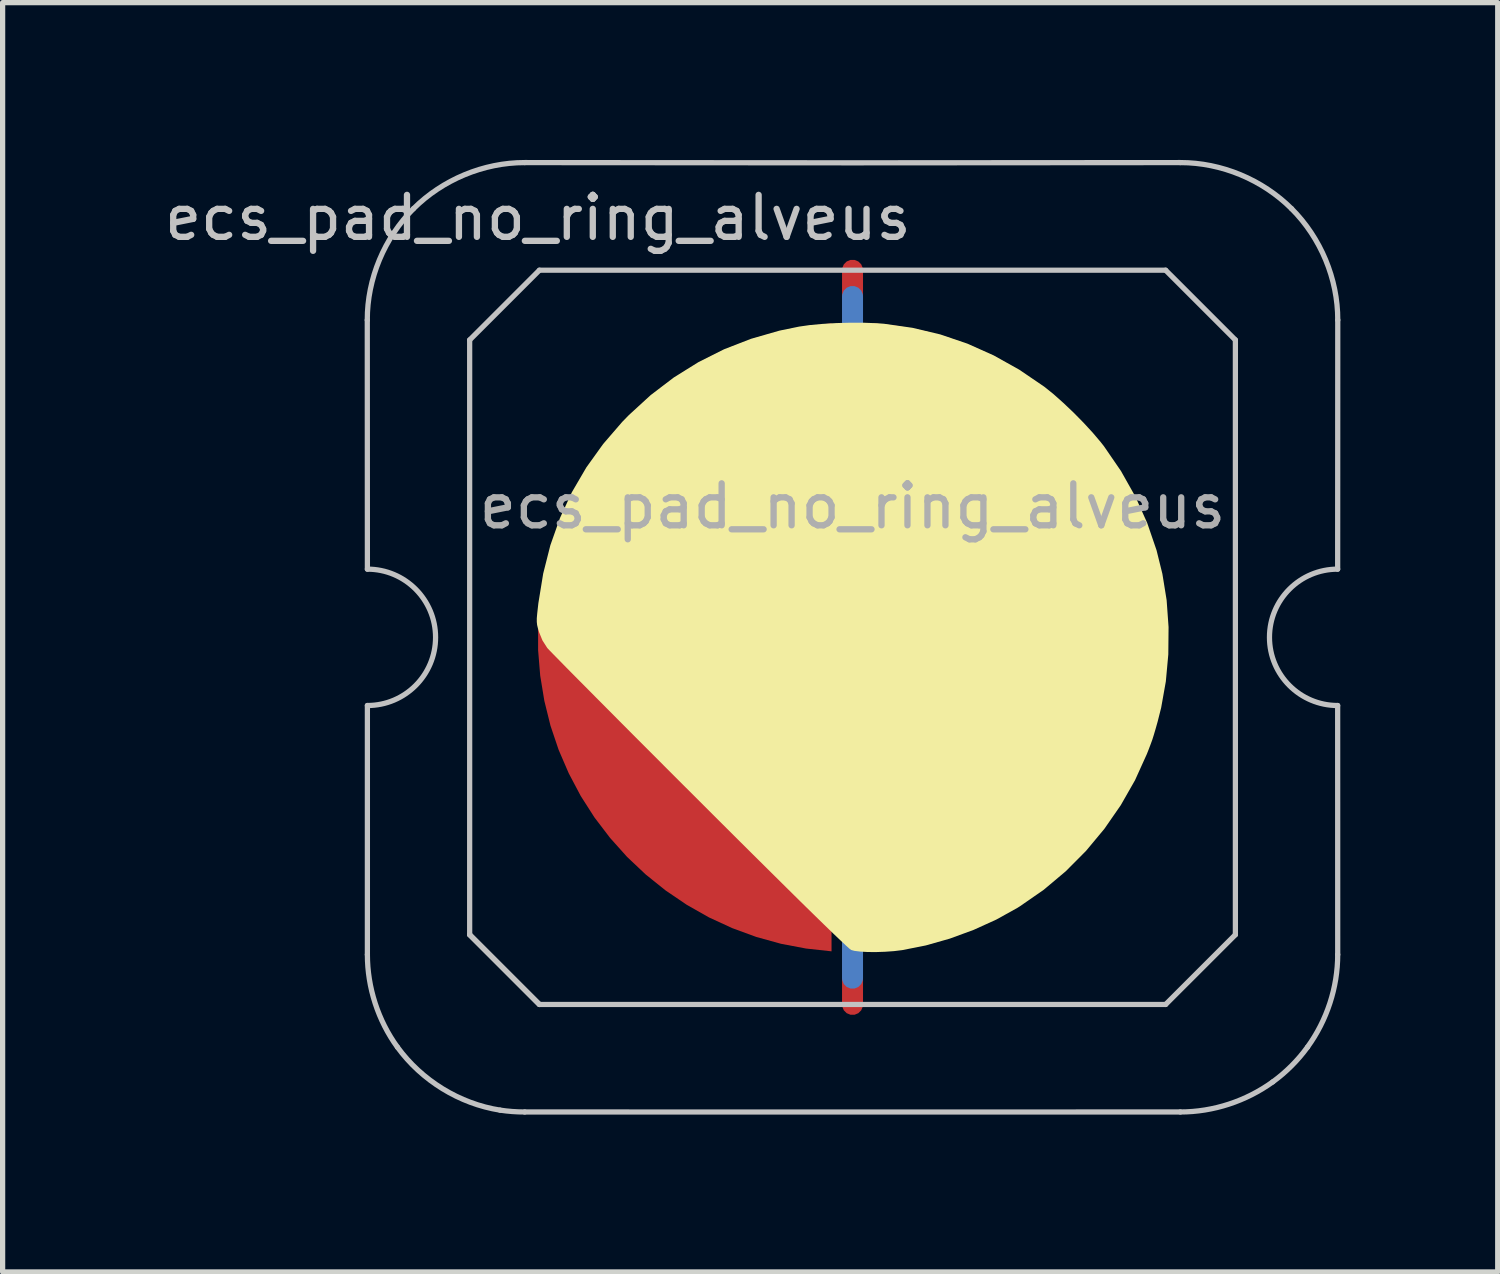
<source format=kicad_pcb>
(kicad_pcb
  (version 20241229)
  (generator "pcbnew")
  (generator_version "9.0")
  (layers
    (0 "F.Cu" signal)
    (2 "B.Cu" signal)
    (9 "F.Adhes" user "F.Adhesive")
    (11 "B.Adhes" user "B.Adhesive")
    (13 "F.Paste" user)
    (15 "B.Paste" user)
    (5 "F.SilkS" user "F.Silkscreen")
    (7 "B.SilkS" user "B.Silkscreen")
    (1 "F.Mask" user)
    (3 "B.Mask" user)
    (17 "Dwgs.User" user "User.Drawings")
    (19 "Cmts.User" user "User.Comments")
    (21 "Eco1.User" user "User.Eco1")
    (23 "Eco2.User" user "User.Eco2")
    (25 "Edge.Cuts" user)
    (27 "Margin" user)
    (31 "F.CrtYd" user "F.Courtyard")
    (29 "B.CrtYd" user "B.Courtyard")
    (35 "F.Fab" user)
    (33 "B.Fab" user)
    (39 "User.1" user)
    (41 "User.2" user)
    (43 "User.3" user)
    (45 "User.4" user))
  (footprint "ecs_pad_no_ring_alveus"
    (layer "F.Cu")
    (at 13.205 9.102)
    (property "Reference" "ecs_pad_no_ring_alveus" (at -6 -8 0) (layer "Dwgs.User") (effects (font (size 0.8 0.8) (thickness 0.12))))
    (attr smd)
    (fp_poly (pts (xy 0.226 -5.998) (xy 0.47 -5.989) (xy 0.6 -5.979) (xy 1.141 -5.902) (xy 1.672 -5.776) (xy 2.19 -5.6) (xy 2.693 -5.375) (xy 3.181 -5.102) (xy 3.653 -4.781) (xy 3.67 -4.768) (xy 3.836 -4.634) (xy 4.021 -4.469) (xy 4.215 -4.285) (xy 4.405 -4.092) (xy 4.581 -3.901) (xy 4.731 -3.724) (xy 4.794 -3.644) (xy 5.118 -3.172) (xy 5.393 -2.684) (xy 5.619 -2.18) (xy 5.797 -1.66) (xy 5.908 -1.211) (xy 5.989 -0.71) (xy 6.026 -0.195) (xy 6.021 0.326) (xy 5.974 0.841) (xy 5.885 1.341) (xy 5.817 1.61) (xy 5.777 1.752) (xy 5.745 1.86) (xy 5.717 1.949) (xy 5.686 2.034) (xy 5.649 2.132) (xy 5.611 2.228) (xy 5.386 2.725) (xy 5.115 3.2) (xy 4.803 3.65) (xy 4.452 4.072) (xy 4.065 4.461) (xy 3.645 4.814) (xy 3.195 5.126) (xy 3.143 5.159) (xy 2.741 5.382) (xy 2.307 5.579) (xy 1.854 5.745) (xy 1.396 5.875) (xy 0.947 5.964) (xy 0.791 5.983) (xy 0.622 5.995) (xy 0.451 6.001) (xy 0.289 6) (xy 0.147 5.992) (xy 0.036 5.978) (xy -0.026 5.961) (xy -0.058 5.937) (xy -0.125 5.877) (xy -0.228 5.78) (xy -0.366 5.649) (xy -0.538 5.482) (xy -0.744 5.281) (xy -0.983 5.047) (xy -1.255 4.778) (xy -1.559 4.477) (xy -1.896 4.143) (xy -2.264 3.777) (xy -2.663 3.379) (xy -2.92 3.122) (xy -3.239 2.804) (xy -3.549 2.494) (xy -3.847 2.195) (xy -4.133 1.909) (xy -4.404 1.637) (xy -4.657 1.382) (xy -4.891 1.147) (xy -5.104 0.932) (xy -5.294 0.741) (xy -5.458 0.575) (xy -5.594 0.436) (xy -5.701 0.327) (xy -5.777 0.249) (xy -5.818 0.205) (xy -5.824 0.197) (xy -5.912 0.059) (xy -5.979 -0.105) (xy -5.979 -0.106) (xy -6 -0.177) (xy -6.014 -0.236) (xy -6.02 -0.294) (xy -6.02 -0.363) (xy -6.012 -0.454) (xy -5.998 -0.579) (xy -5.99 -0.651) (xy -5.898 -1.216) (xy -5.761 -1.757) (xy -5.578 -2.275) (xy -5.35 -2.769) (xy -5.075 -3.24) (xy -4.755 -3.686) (xy -4.39 -4.109) (xy -4.264 -4.238) (xy -3.848 -4.619) (xy -3.407 -4.955) (xy -2.94 -5.246) (xy -2.45 -5.492) (xy -1.935 -5.692) (xy -1.396 -5.847) (xy -1.018 -5.925) (xy -0.814 -5.954) (xy -0.573 -5.976) (xy -0.31 -5.992) (xy -0.039 -5.999)) (stroke (width 0) (type solid)) (fill yes) (layer "F.SilkS"))
    (fp_line (start -9.252 -6.05) (end -9.25 -1.3) (stroke (width 0.1) (type solid)) (layer "Dwgs.User"))
    (fp_line (start -9.25 1.3) (end -9.25 6.049) (stroke (width 0.1) (type solid)) (layer "Dwgs.User"))
    (fp_line (start -7.3 -5.67) (end -5.97 -7) (stroke (width 0.1) (type solid)) (layer "Dwgs.User"))
    (fp_line (start -7.3 5.67) (end -7.3 -5.67) (stroke (width 0.1) (type solid)) (layer "Dwgs.User"))
    (fp_line (start -7.3 5.67) (end -5.97 7) (stroke (width 0.1) (type solid)) (layer "Dwgs.User"))
    (fp_line (start -5.97 -7) (end 5.97 -7) (stroke (width 0.1) (type solid)) (layer "Dwgs.User"))
    (fp_line (start -5.97 7) (end -7.3 5.67) (stroke (width 0.1) (type solid)) (layer "Dwgs.User"))
    (fp_line (start 5.97 -7) (end 7.3 -5.67) (stroke (width 0.1) (type solid)) (layer "Dwgs.User"))
    (fp_line (start 5.97 7) (end -5.97 7) (stroke (width 0.1) (type solid)) (layer "Dwgs.User"))
    (fp_line (start 7.3 -5.67) (end 7.3 5.67) (stroke (width 0.1) (type solid)) (layer "Dwgs.User"))
    (fp_line (start 7.3 5.67) (end 5.97 7) (stroke (width 0.1) (type solid)) (layer "Dwgs.User"))
    (fp_line (start 9.25 1.3) (end 9.251 6.049) (stroke (width 0.1) (type solid)) (layer "Dwgs.User"))
    (fp_line (start 9.252 -6.05) (end 9.25 -1.3) (stroke (width 0.1) (type solid)) (layer "Dwgs.User"))
    (fp_arc (start -9.25 -1.3) (mid -7.95 0) (end -9.25 1.3) (stroke (width 0.1) (type solid)) (layer "Dwgs.User"))
    (fp_arc (start 9.25 1.3) (mid 7.95 0) (end 9.25 -1.3) (stroke (width 0.1) (type solid)) (layer "Dwgs.User"))
    (fp_curve (pts (xy -9.25 6.049) (xy -9.25 6.677) (xy -9.046 7.307) (xy -8.677 7.814)) (stroke (width 0.1) (type solid)) (layer "Dwgs.User"))
    (fp_curve (pts (xy -8.677 7.814) (xy -8.215 8.449) (xy -7.496 8.893) (xy -6.72 9.015)) (stroke (width 0.1) (type solid)) (layer "Dwgs.User"))
    (fp_curve (pts (xy -8.372 -8.172) (xy -8.926 -7.618) (xy -9.254 -6.836) (xy -9.252 -6.05)) (stroke (width 0.1) (type solid)) (layer "Dwgs.User"))
    (fp_curve (pts (xy -6.72 9.015) (xy -6.564 9.039) (xy -6.407 9.05) (xy -6.25 9.05)) (stroke (width 0.1) (type solid)) (layer "Dwgs.User"))
    (fp_curve (pts (xy -6.25 9.05) (xy -2.118 9.052) (xy 2.117 9.05) (xy 6.25 9.05)) (stroke (width 0.1) (type solid)) (layer "Dwgs.User"))
    (fp_curve (pts (xy -6.25 -9.052) (xy -7.035 -9.053) (xy -7.817 -8.726) (xy -8.372 -8.172)) (stroke (width 0.1) (type solid)) (layer "Dwgs.User"))
    (fp_curve (pts (xy 6.25 -9.052) (xy 2.116 -9.046) (xy -2.116 -9.046) (xy -6.25 -9.052)) (stroke (width 0.1) (type solid)) (layer "Dwgs.User"))
    (fp_curve (pts (xy 6.25 9.05) (xy 6.878 9.05) (xy 7.504 8.844) (xy 8.013 8.476)) (stroke (width 0.1) (type solid)) (layer "Dwgs.User"))
    (fp_curve (pts (xy 8.013 8.476) (xy 8.267 8.291) (xy 8.492 8.066) (xy 8.676 7.812)) (stroke (width 0.1) (type solid)) (layer "Dwgs.User"))
    (fp_curve (pts (xy 8.372 -8.172) (xy 7.817 -8.726) (xy 7.035 -9.053) (xy 6.25 -9.052)) (stroke (width 0.1) (type solid)) (layer "Dwgs.User"))
    (fp_curve (pts (xy 8.676 7.812) (xy 9.045 7.303) (xy 9.251 6.678) (xy 9.251 6.049)) (stroke (width 0.1) (type solid)) (layer "Dwgs.User"))
    (fp_curve (pts (xy 9.252 -6.05) (xy 9.254 -6.836) (xy 8.926 -7.618) (xy 8.372 -8.172)) (stroke (width 0.1) (type solid)) (layer "Dwgs.User"))
    (fp_text user "${REFERENCE}" (at 0 -2.5 0) (layer "F.Fab") (effects (font (size 0.8 0.8) (thickness 0.12))))
    (pad "1" smd custom (at -1 0) (size 0.4 0.4) (layers "F.Cu") (options (anchor circle)) (primitives (gr_poly (pts (xy 0.6 -2.214) (xy 0.32 -2.145) (xy 0.052 -2.041) (xy -0.201 -1.903) (xy -0.434 -1.734) (xy -0.644 -1.536) (xy -0.826 -1.314) (xy -0.979 -1.07) (xy -1.1 -0.808) (xy -1.186 -0.534) (xy -1.236 -0.25) (xy 0 -0.25) (xy 0.096 -0.231) (xy 0.177 -0.177) (xy 0.231 -0.096) (xy 0.25 0) (xy 0.231 0.096) (xy 0.177 0.177) (xy 0.096 0.231) (xy 0 0.25) (xy -1.236 0.25) (xy -1.186 0.534) (xy -1.1 0.808) (xy -0.979 1.07) (xy -0.826 1.314) (xy -0.644 1.536) (xy -0.434 1.734) (xy -0.201 1.903) (xy 0.052 2.041) (xy 0.32 2.145) (xy 0.6 2.214) (xy 0.6 5.987) (xy 0.115 5.934) (xy -0.364 5.843) (xy -0.834 5.713) (xy -1.292 5.545) (xy -1.735 5.341) (xy -2.159 5.101) (xy -2.563 4.827) (xy -2.943 4.522) (xy -3.298 4.187) (xy -3.623 3.824) (xy -3.919 3.436) (xy -4.182 3.025) (xy -4.41 2.594) (xy -4.603 2.147) (xy -4.759 1.684) (xy -4.876 1.211) (xy -4.955 0.73) (xy -4.995 0.244) (xy -4.995 -0.244) (xy -4.955 -0.73) (xy -4.876 -1.211) (xy -4.759 -1.684) (xy -4.603 -2.147) (xy -4.41 -2.594) (xy -4.182 -3.025) (xy -3.919 -3.436) (xy -3.623 -3.824) (xy -3.298 -4.187) (xy -2.943 -4.522) (xy -2.563 -4.827) (xy -2.159 -5.101) (xy -1.735 -5.341) (xy -1.292 -5.545) (xy -0.834 -5.713) (xy -0.364 -5.843) (xy 0.115 -5.934) (xy 0.6 -5.987)) (width 0) (fill yes))))
    (pad "2" smd custom (at 1 0 180) (size 0.4 0.4) (layers "F.Cu") (options (anchor circle)) (primitives (gr_poly (pts (xy 0.6 -2.214) (xy 0.32 -2.145) (xy 0.052 -2.041) (xy -0.201 -1.903) (xy -0.434 -1.734) (xy -0.644 -1.536) (xy -0.826 -1.314) (xy -0.979 -1.07) (xy -1.1 -0.808) (xy -1.186 -0.534) (xy -1.236 -0.25) (xy 0 -0.25) (xy 0.096 -0.231) (xy 0.177 -0.177) (xy 0.231 -0.096) (xy 0.25 0) (xy 0.231 0.096) (xy 0.177 0.177) (xy 0.096 0.231) (xy 0 0.25) (xy -1.236 0.25) (xy -1.186 0.534) (xy -1.1 0.808) (xy -0.979 1.07) (xy -0.826 1.314) (xy -0.644 1.536) (xy -0.434 1.734) (xy -0.201 1.903) (xy 0.052 2.041) (xy 0.32 2.145) (xy 0.6 2.214) (xy 0.6 5.987) (xy 0.115 5.934) (xy -0.364 5.843) (xy -0.834 5.713) (xy -1.292 5.545) (xy -1.735 5.341) (xy -2.159 5.101) (xy -2.563 4.827) (xy -2.943 4.522) (xy -3.298 4.187) (xy -3.623 3.824) (xy -3.919 3.436) (xy -4.182 3.025) (xy -4.41 2.594) (xy -4.603 2.147) (xy -4.759 1.684) (xy -4.876 1.211) (xy -4.955 0.73) (xy -4.995 0.244) (xy -4.995 -0.244) (xy -4.955 -0.73) (xy -4.876 -1.211) (xy -4.759 -1.684) (xy -4.603 -2.147) (xy -4.41 -2.594) (xy -4.182 -3.025) (xy -3.919 -3.436) (xy -3.623 -3.824) (xy -3.298 -4.187) (xy -2.943 -4.522) (xy -2.563 -4.827) (xy -2.159 -5.101) (xy -1.735 -5.341) (xy -1.292 -5.545) (xy -0.834 -5.713) (xy -0.364 -5.843) (xy 0.115 -5.934) (xy 0.6 -5.987)) (width 0) (fill yes))))
    (pad "3" smd custom (at 0 0) (size 0.4 0.4) (layers "F.Cu") (options (anchor rect)) (primitives (gr_line (start 0 -7) (end 0 7) (width 0.4))))
    (pad "3" smd custom (at 0 0) (size 0.4 0.4) (layers "B.Cu") (options (anchor rect)) (primitives (gr_line (start 0 -6.5) (end 0 6.5) (width 0.4))))
    (zone (net_name "") (layer "F.Cu") (hatch edge 0.508) (connect_pads) (min_thickness 0.254) (filled_areas_thickness no) (keepout (tracks allowed) (vias allowed) (pads allowed) (copperpour not_allowed) (footprints allowed)) (placement (enabled no)) (fill) (polygon (pts (xy 20.21 9.102) (xy 20.191 8.589) (xy 20.135 8.078) (xy 20.041 7.574) (xy 19.911 7.077) (xy 19.744 6.591) (xy 19.543 6.119) (xy 19.308 5.663) (xy 19.039 5.225) (xy 18.74 4.808) (xy 18.41 4.415) (xy 18.053 4.046) (xy 17.67 3.704) (xy 17.263 3.392) (xy 16.833 3.11) (xy 16.385 2.86) (xy 15.919 2.644) (xy 15.439 2.463) (xy 14.947 2.317) (xy 14.445 2.208) (xy 13.937 2.135) (xy 13.425 2.1) (xy 12.911 2.103) (xy 12.4 2.143) (xy 11.892 2.221) (xy 11.392 2.335) (xy 10.901 2.486) (xy 10.423 2.673) (xy 9.959 2.894) (xy 9.513 3.148) (xy 9.087 3.435) (xy 8.683 3.751) (xy 8.304 4.097) (xy 7.95 4.469) (xy 7.625 4.867) (xy 7.33 5.287) (xy 7.066 5.727) (xy 6.836 6.186) (xy 6.639 6.66) (xy 6.478 7.147) (xy 6.353 7.645) (xy 6.265 8.151) (xy 6.214 8.662) (xy 6.2 9.175) (xy 6.224 9.688) (xy 6.286 10.198) (xy 6.385 10.701) (xy 6.52 11.196) (xy 6.692 11.68) (xy 6.898 12.15) (xy 7.138 12.604) (xy 7.411 13.039) (xy 7.715 13.453) (xy 8.048 13.843) (xy 8.41 14.208) (xy 8.796 14.546) (xy 9.207 14.854) (xy 9.639 15.131) (xy 10.09 15.376) (xy 10.558 15.587) (xy 11.04 15.764) (xy 11.534 15.904) (xy 12.037 16.009) (xy 12.546 16.076) (xy 13.058 16.105) (xy 13.571 16.097) (xy 14.083 16.051) (xy 14.589 15.968) (xy 15.089 15.849) (xy 15.578 15.692) (xy 16.054 15.501) (xy 16.515 15.275) (xy 16.958 15.016) (xy 17.381 14.725) (xy 17.782 14.404) (xy 18.158 14.055) (xy 18.507 13.679) (xy 18.828 13.278) (xy 19.119 12.855) (xy 19.378 12.412) (xy 19.604 11.951) (xy 19.796 11.475) (xy 19.952 10.985) (xy 20.071 10.486) (xy 20.154 9.98) (xy 20.2 9.468))))
    (zone (net_name "") (layer "B.Cu") (hatch edge 0.508) (connect_pads) (min_thickness 0.254) (filled_areas_thickness no) (keepout (tracks allowed) (vias allowed) (pads allowed) (copperpour not_allowed) (footprints allowed)) (placement (enabled no)) (fill) (polygon (pts (xy 19.763 9.102) (xy 19.743 8.587) (xy 19.682 8.076) (xy 19.582 7.571) (xy 19.442 7.075) (xy 19.264 6.592) (xy 19.048 6.124) (xy 18.797 5.675) (xy 18.511 5.247) (xy 18.192 4.842) (xy 17.842 4.464) (xy 17.464 4.115) (xy 17.06 3.796) (xy 16.631 3.51) (xy 16.182 3.258) (xy 15.714 3.043) (xy 15.231 2.864) (xy 14.736 2.725) (xy 14.231 2.624) (xy 13.719 2.564) (xy 13.205 2.543) (xy 12.69 2.564) (xy 12.179 2.624) (xy 11.674 2.725) (xy 11.178 2.864) (xy 10.695 3.043) (xy 10.227 3.258) (xy 9.778 3.51) (xy 9.35 3.796) (xy 8.946 4.115) (xy 8.567 4.464) (xy 8.218 4.842) (xy 7.899 5.247) (xy 7.613 5.675) (xy 7.361 6.124) (xy 7.146 6.592) (xy 6.967 7.075) (xy 6.828 7.571) (xy 6.727 8.076) (xy 6.667 8.587) (xy 6.647 9.102) (xy 6.667 9.616) (xy 6.727 10.128) (xy 6.828 10.633) (xy 6.967 11.128) (xy 7.146 11.611) (xy 7.361 12.079) (xy 7.613 12.528) (xy 7.899 12.957) (xy 8.218 13.361) (xy 8.567 13.739) (xy 8.946 14.089) (xy 9.35 14.407) (xy 9.778 14.694) (xy 10.227 14.945) (xy 10.695 15.161) (xy 11.178 15.339) (xy 11.674 15.479) (xy 12.179 15.579) (xy 12.69 15.64) (xy 13.205 15.66) (xy 13.719 15.64) (xy 14.231 15.579) (xy 14.736 15.479) (xy 15.231 15.339) (xy 15.714 15.161) (xy 16.182 14.945) (xy 16.631 14.694) (xy 17.06 14.407) (xy 17.464 14.089) (xy 17.842 13.739) (xy 18.192 13.361) (xy 18.511 12.957) (xy 18.797 12.528) (xy 19.048 12.079) (xy 19.264 11.611) (xy 19.442 11.128) (xy 19.582 10.633) (xy 19.682 10.128) (xy 19.743 9.616)))))
  (gr_rect
    (start -3 -3)
    (end 25.507 21.202)
    (stroke (width 0.1) (type default))
    (fill no)
    (layer "Edge.Cuts")))
</source>
